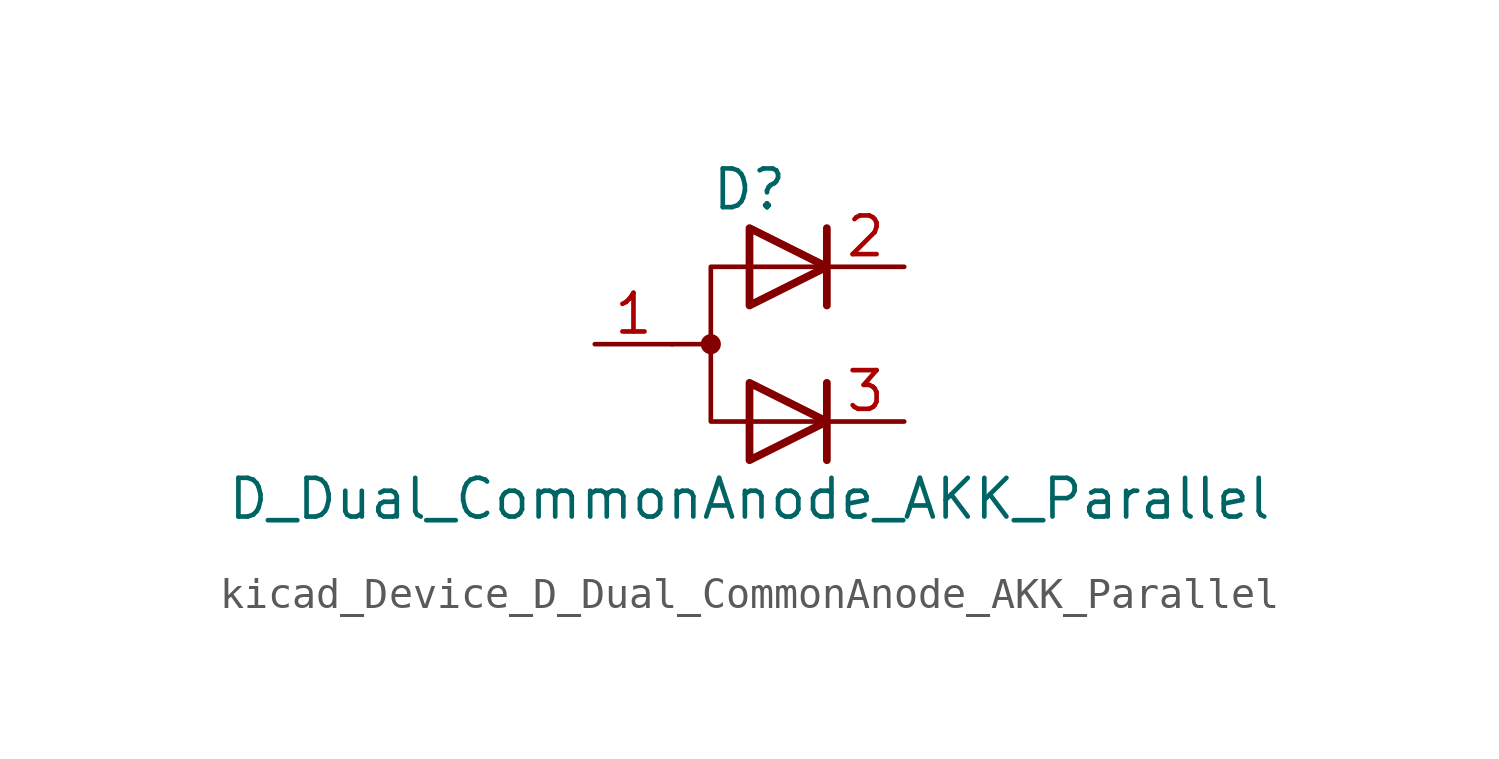
<source format=kicad_sym>
(kicad_symbol_lib
  (version 20220914)
  (generator kicad_symbol_editor)
  (symbol "kicad_Device_D_Dual_CommonAnode_AKK_Parallel"
    (pin_names
      (offset 0.762) hide)
    (property "Reference" "D"
      (at 0 5.08 0)
      (effects (font (size 1.27 1.27))))
    (property "Value" "D_Dual_CommonAnode_AKK_Parallel"
      (at 0 -5.08 0)
      (effects (font (size 1.27 1.27))))
    (symbol "kicad_Device_D_Dual_CommonAnode_AKK_Parallel_0_0"
      (polyline (pts (xy 2.54 -1.27) (xy 2.54 -3.81)) (stroke (width 0.254) (type default)) (fill (type none)))
      (polyline (pts (xy 2.54 3.81) (xy 2.54 1.27)) (stroke (width 0.254) (type default)) (fill (type none))))
    (symbol "kicad_Device_D_Dual_CommonAnode_AKK_Parallel_0_1"
      (circle (center -1.27 0) (radius 0.254) (stroke (width 0) (type default)) (fill (type outline)))
      (polyline (pts (xy -1.27 0) (xy -2.54 0)) (stroke (width 0) (type default)) (fill (type none)))
      (polyline (pts (xy 2.54 2.54) (xy -1.27 2.54) (xy -1.27 -2.54) (xy 2.54 -2.54)) (stroke (width 0) (type default)) (fill (type none)))
      (polyline (pts (xy 0 -1.27) (xy 2.54 -2.54) (xy 0 -3.81) (xy 0 -1.27) (xy 0 -1.27) (xy 0 -1.27)) (stroke (width 0.254) (type default)) (fill (type none)))
      (polyline (pts (xy 0 3.81) (xy 2.54 2.54) (xy 0 1.27) (xy 0 3.81) (xy 0 3.81) (xy 0 3.81)) (stroke (width 0.254) (type default)) (fill (type none)))
      (pin passive line (at -5.08 0 0) (length 2.54) (name "A" (effects (font (size 1.27 1.27)))) (number "1" (effects (font (size 1.27 1.27)))))
      (pin passive line (at 5.08 2.54 180) (length 2.54) (name "K" (effects (font (size 1.27 1.27)))) (number "2" (effects (font (size 1.27 1.27)))))
      (pin passive line (at 5.08 -2.54 180) (length 2.54) (name "K" (effects (font (size 1.27 1.27)))) (number "3" (effects (font (size 1.27 1.27))))))))
</source>
